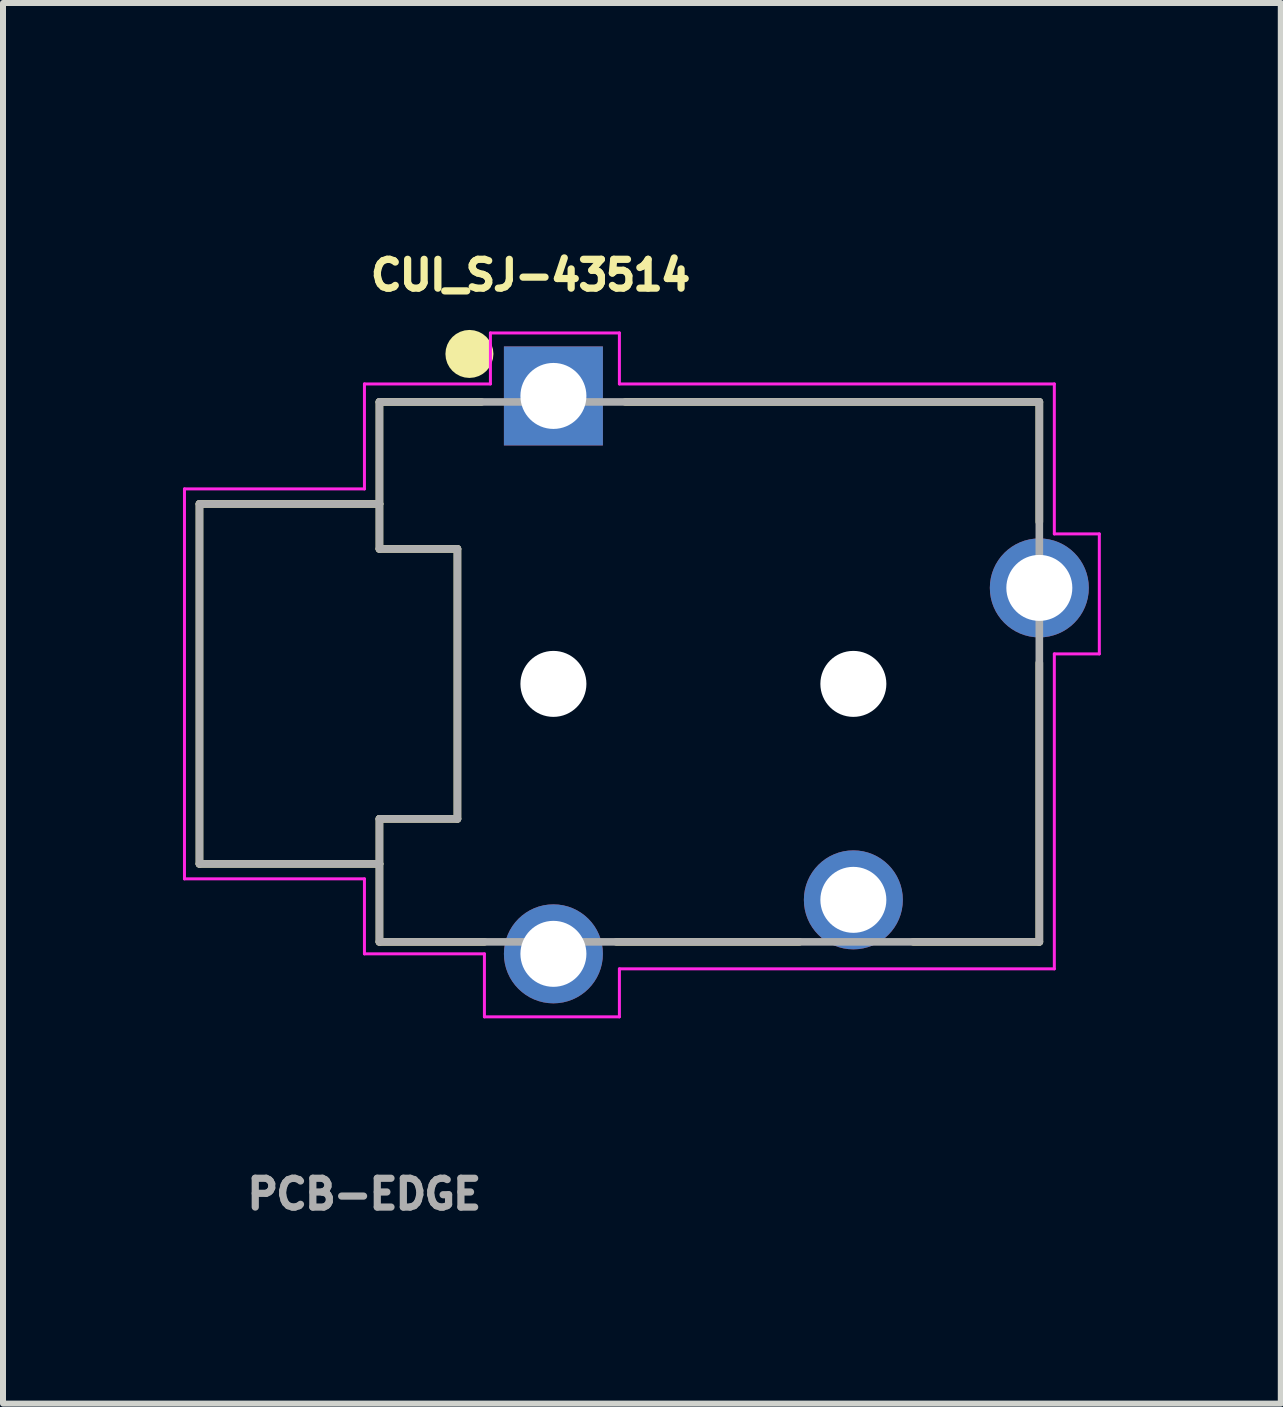
<source format=kicad_pcb>
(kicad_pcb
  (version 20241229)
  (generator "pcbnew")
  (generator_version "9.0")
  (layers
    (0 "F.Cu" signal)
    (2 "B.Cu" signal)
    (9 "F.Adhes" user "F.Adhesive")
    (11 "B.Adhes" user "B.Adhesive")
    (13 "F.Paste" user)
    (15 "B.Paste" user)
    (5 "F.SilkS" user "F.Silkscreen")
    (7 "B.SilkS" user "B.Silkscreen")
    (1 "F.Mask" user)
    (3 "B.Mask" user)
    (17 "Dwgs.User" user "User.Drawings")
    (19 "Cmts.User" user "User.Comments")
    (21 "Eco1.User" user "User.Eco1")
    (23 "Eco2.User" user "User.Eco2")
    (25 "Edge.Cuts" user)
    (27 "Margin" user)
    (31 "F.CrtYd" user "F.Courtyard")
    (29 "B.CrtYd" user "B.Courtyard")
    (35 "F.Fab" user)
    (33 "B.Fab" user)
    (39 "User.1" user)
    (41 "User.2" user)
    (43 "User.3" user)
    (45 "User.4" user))
  (footprint "CUI_SJ-43514"
    (layer "F.Cu")
    (at 8.775 8.35)
    (property "Reference" "CUI_SJ-43514" (at -2.98 -6.813 0) (layer "F.SilkS") (effects (font (size 0.481 0.481) (thickness 0.15))))
    (attr through_hole)
    (fp_line (start -8.5 -3) (end -5.5 -3) (stroke (width 0.127) (type solid)) (layer "F.SilkS"))
    (fp_line (start -8.5 3) (end -8.5 -3) (stroke (width 0.127) (type solid)) (layer "F.SilkS"))
    (fp_line (start -5.5 -4.7) (end -5.5 -3) (stroke (width 0.127) (type solid)) (layer "F.SilkS"))
    (fp_line (start -5.5 -3) (end -5.5 -2.25) (stroke (width 0.127) (type solid)) (layer "F.SilkS"))
    (fp_line (start -5.5 -2.25) (end -4.2 -2.25) (stroke (width 0.127) (type solid)) (layer "F.SilkS"))
    (fp_line (start -5.5 2.25) (end -5.5 3) (stroke (width 0.127) (type solid)) (layer "F.SilkS"))
    (fp_line (start -5.5 3) (end -8.5 3) (stroke (width 0.127) (type solid)) (layer "F.SilkS"))
    (fp_line (start -5.5 3) (end -5.5 4.3) (stroke (width 0.127) (type solid)) (layer "F.SilkS"))
    (fp_line (start -5.5 4.3) (end -3.75 4.3) (stroke (width 0.127) (type solid)) (layer "F.SilkS"))
    (fp_line (start -4.2 -2.25) (end -4.2 2.25) (stroke (width 0.127) (type solid)) (layer "F.SilkS"))
    (fp_line (start -4.2 2.25) (end -5.5 2.25) (stroke (width 0.127) (type solid)) (layer "F.SilkS"))
    (fp_line (start -3.8 -4.7) (end -5.5 -4.7) (stroke (width 0.127) (type solid)) (layer "F.SilkS"))
    (fp_line (start -1.4 -4.7) (end 5.5 -4.7) (stroke (width 0.127) (type solid)) (layer "F.SilkS"))
    (fp_line (start 1.5 4.3) (end -1.55 4.3) (stroke (width 0.127) (type solid)) (layer "F.SilkS"))
    (fp_line (start 5.5 -4.7) (end 5.5 -2.7) (stroke (width 0.127) (type solid)) (layer "F.SilkS"))
    (fp_line (start 5.5 -0.35) (end 5.5 4.3) (stroke (width 0.127) (type solid)) (layer "F.SilkS"))
    (fp_line (start 5.5 4.3) (end 3.4 4.3) (stroke (width 0.127) (type solid)) (layer "F.SilkS"))
    (fp_circle (center -4 -5.5) (end -3.8 -5.5) (stroke (width 0.4) (type solid)) (fill no) (layer "F.SilkS"))
    (fp_line (start -5.5 -8.35) (end -5.5 -2.25) (stroke (width 0.0001) (type solid)) (layer "Edge.Cuts"))
    (fp_line (start -5.5 -2.25) (end -4.2 -2.25) (stroke (width 0.0001) (type solid)) (layer "Edge.Cuts"))
    (fp_line (start -5.5 2.25) (end -5.5 8.85) (stroke (width 0.0001) (type solid)) (layer "Edge.Cuts"))
    (fp_line (start -4.2 -2.25) (end -4.2 2.25) (stroke (width 0.0001) (type solid)) (layer "Edge.Cuts"))
    (fp_line (start -4.2 2.25) (end -5.5 2.25) (stroke (width 0.0001) (type solid)) (layer "Edge.Cuts"))
    (fp_line (start -8.75 -3.25) (end -5.75 -3.25) (stroke (width 0.05) (type solid)) (layer "F.CrtYd"))
    (fp_line (start -8.75 3.25) (end -8.75 -3.25) (stroke (width 0.05) (type solid)) (layer "F.CrtYd"))
    (fp_line (start -5.75 -5) (end -3.65 -5) (stroke (width 0.05) (type solid)) (layer "F.CrtYd"))
    (fp_line (start -5.75 -3.25) (end -5.75 -5) (stroke (width 0.05) (type solid)) (layer "F.CrtYd"))
    (fp_line (start -5.75 3.25) (end -8.75 3.25) (stroke (width 0.05) (type solid)) (layer "F.CrtYd"))
    (fp_line (start -5.75 4.5) (end -5.75 3.25) (stroke (width 0.05) (type solid)) (layer "F.CrtYd"))
    (fp_line (start -3.75 4.5) (end -5.75 4.5) (stroke (width 0.05) (type solid)) (layer "F.CrtYd"))
    (fp_line (start -3.75 5.55) (end -3.75 4.5) (stroke (width 0.05) (type solid)) (layer "F.CrtYd"))
    (fp_line (start -3.65 -5.85) (end -1.5 -5.85) (stroke (width 0.05) (type solid)) (layer "F.CrtYd"))
    (fp_line (start -3.65 -5) (end -3.65 -5.85) (stroke (width 0.05) (type solid)) (layer "F.CrtYd"))
    (fp_line (start -1.5 -5.85) (end -1.5 -5) (stroke (width 0.05) (type solid)) (layer "F.CrtYd"))
    (fp_line (start -1.5 -5) (end 5.75 -5) (stroke (width 0.05) (type solid)) (layer "F.CrtYd"))
    (fp_line (start -1.5 4.75) (end -1.5 5.55) (stroke (width 0.05) (type solid)) (layer "F.CrtYd"))
    (fp_line (start -1.5 5.55) (end -3.75 5.55) (stroke (width 0.05) (type solid)) (layer "F.CrtYd"))
    (fp_line (start 5.75 -5) (end 5.75 -2.5) (stroke (width 0.05) (type solid)) (layer "F.CrtYd"))
    (fp_line (start 5.75 -2.5) (end 6.5 -2.5) (stroke (width 0.05) (type solid)) (layer "F.CrtYd"))
    (fp_line (start 5.75 -0.5) (end 5.75 4.75) (stroke (width 0.05) (type solid)) (layer "F.CrtYd"))
    (fp_line (start 5.75 4.75) (end -1.5 4.75) (stroke (width 0.05) (type solid)) (layer "F.CrtYd"))
    (fp_line (start 6.5 -2.5) (end 6.5 -0.5) (stroke (width 0.05) (type solid)) (layer "F.CrtYd"))
    (fp_line (start 6.5 -0.5) (end 5.75 -0.5) (stroke (width 0.05) (type solid)) (layer "F.CrtYd"))
    (fp_line (start -8.5 -3) (end -8.5 3) (stroke (width 0.127) (type solid)) (layer "F.Fab"))
    (fp_line (start -8.5 3) (end -5.5 3) (stroke (width 0.127) (type solid)) (layer "F.Fab"))
    (fp_line (start -5.5 -4.7) (end -5.5 -3) (stroke (width 0.127) (type solid)) (layer "F.Fab"))
    (fp_line (start -5.5 -4.7) (end 5.5 -4.7) (stroke (width 0.127) (type solid)) (layer "F.Fab"))
    (fp_line (start -5.5 -3) (end -8.5 -3) (stroke (width 0.127) (type solid)) (layer "F.Fab"))
    (fp_line (start -5.5 -3) (end -5.5 -2.25) (stroke (width 0.127) (type solid)) (layer "F.Fab"))
    (fp_line (start -5.5 -2.25) (end -4.2 -2.25) (stroke (width 0.127) (type solid)) (layer "F.Fab"))
    (fp_line (start -5.5 2.25) (end -5.5 3) (stroke (width 0.127) (type solid)) (layer "F.Fab"))
    (fp_line (start -5.5 3) (end -5.5 4.3) (stroke (width 0.127) (type solid)) (layer "F.Fab"))
    (fp_line (start -5.5 4.3) (end 5.5 4.3) (stroke (width 0.127) (type solid)) (layer "F.Fab"))
    (fp_line (start -4.2 -2.25) (end -4.2 2.25) (stroke (width 0.127) (type solid)) (layer "F.Fab"))
    (fp_line (start -4.2 2.25) (end -5.5 2.25) (stroke (width 0.127) (type solid)) (layer "F.Fab"))
    (fp_line (start 5.5 -4.7) (end 5.5 4.3) (stroke (width 0.127) (type solid)) (layer "F.Fab"))
    (fp_text user "PCB-EDGE" (at -5.753 8.505 0) (layer "F.Fab") (effects (font (size 0.48 0.48) (thickness 0.15))))
    (pad "" np_thru_hole circle (at -2.6 0) (size 1.1 1.1) (drill 1.1) (layers "*.Cu" "*.Mask"))
    (pad "" np_thru_hole circle (at 2.4 0) (size 1.1 1.1) (drill 1.1) (layers "*.Cu" "*.Mask"))
    (pad "1" thru_hole rect (at -2.6 -4.8) (size 1.65 1.65) (drill 1.1) (layers "*.Cu" "*.Mask"))
    (pad "2" thru_hole circle (at 2.4 3.6) (size 1.65 1.65) (drill 1.1) (layers "*.Cu" "*.Mask"))
    (pad "3" thru_hole circle (at 5.5 -1.6) (size 1.65 1.65) (drill 1.1) (layers "*.Cu" "*.Mask"))
    (pad "4" thru_hole circle (at -2.6 4.5) (size 1.65 1.65) (drill 1.1) (layers "*.Cu" "*.Mask")))
  (gr_rect
    (start -3 -3)
    (end 18.3 20.347)
    (stroke (width 0.1) (type default))
    (fill no)
    (layer "Edge.Cuts")))
</source>
